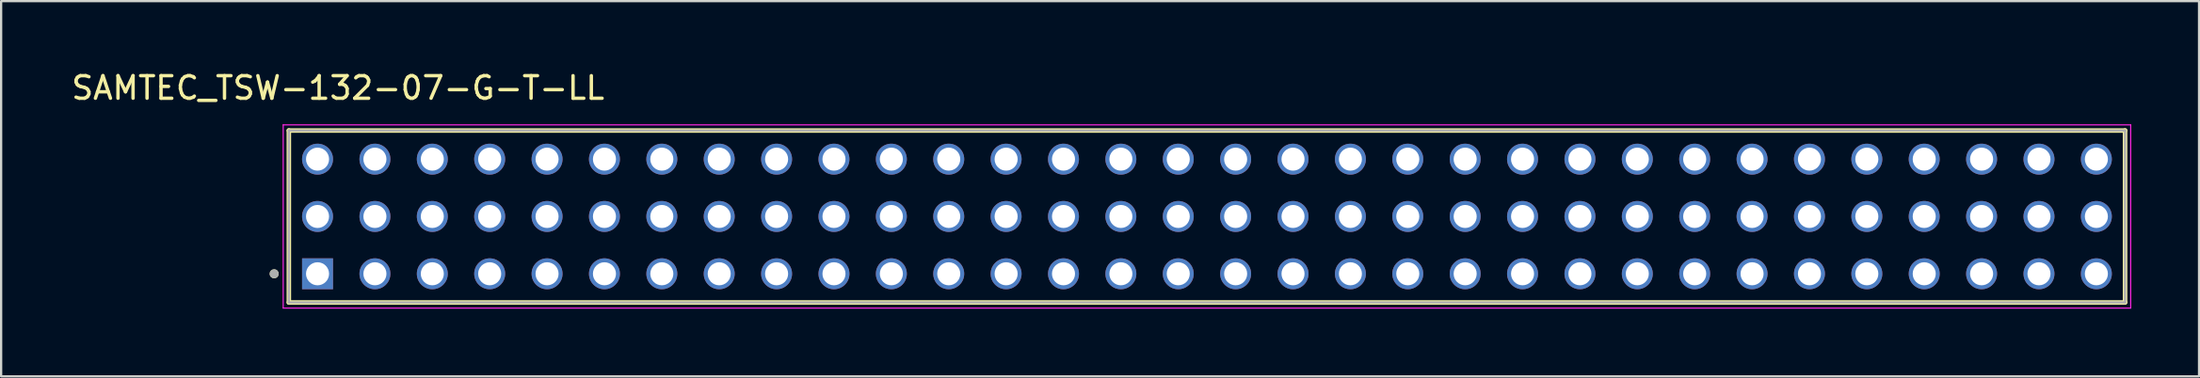
<source format=kicad_pcb>
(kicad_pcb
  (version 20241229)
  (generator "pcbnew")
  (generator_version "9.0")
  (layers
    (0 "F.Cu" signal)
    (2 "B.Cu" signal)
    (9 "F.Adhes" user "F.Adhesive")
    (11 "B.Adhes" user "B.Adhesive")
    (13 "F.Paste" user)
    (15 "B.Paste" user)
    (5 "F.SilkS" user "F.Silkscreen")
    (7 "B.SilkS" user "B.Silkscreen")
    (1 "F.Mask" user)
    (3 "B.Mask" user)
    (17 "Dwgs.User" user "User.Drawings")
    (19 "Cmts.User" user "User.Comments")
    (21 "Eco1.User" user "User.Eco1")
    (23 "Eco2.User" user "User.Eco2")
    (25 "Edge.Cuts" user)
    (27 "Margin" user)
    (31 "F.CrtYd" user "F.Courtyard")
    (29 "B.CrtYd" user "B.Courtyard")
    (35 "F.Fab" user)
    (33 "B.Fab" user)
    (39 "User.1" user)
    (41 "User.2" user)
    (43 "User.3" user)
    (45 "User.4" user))
  (footprint "SAMTEC_TSW-132-07-G-T-LL"
    (layer "F.Cu")
    (at 11.006 9.083)
    (property "Reference" "SAMTEC_TSW-132-07-G-T-LL" (at 0.905 -8.235 0) (layer "F.SilkS") (effects (font (size 1 1) (thickness 0.15))))
    (attr through_hole)
    (fp_line (start -1.27 1.27) (end -1.27 -6.35) (stroke (width 0.2) (type solid)) (layer "F.SilkS"))
    (fp_line (start 80.01 -6.35) (end -1.27 -6.35) (stroke (width 0.2) (type solid)) (layer "F.SilkS"))
    (fp_line (start 80.01 -6.35) (end 80.01 1.27) (stroke (width 0.2) (type solid)) (layer "F.SilkS"))
    (fp_line (start 80.01 1.27) (end -1.27 1.27) (stroke (width 0.2) (type solid)) (layer "F.SilkS"))
    (fp_circle (center -1.92 0) (end -1.82 0) (stroke (width 0.2) (type solid)) (fill no) (layer "F.SilkS"))
    (fp_line (start -1.52 -6.6) (end 80.26 -6.6) (stroke (width 0.05) (type solid)) (layer "F.CrtYd"))
    (fp_line (start -1.52 1.52) (end -1.52 -6.6) (stroke (width 0.05) (type solid)) (layer "F.CrtYd"))
    (fp_line (start 80.26 -6.6) (end 80.26 1.52) (stroke (width 0.05) (type solid)) (layer "F.CrtYd"))
    (fp_line (start 80.26 1.52) (end -1.52 1.52) (stroke (width 0.05) (type solid)) (layer "F.CrtYd"))
    (fp_line (start -1.27 -6.35) (end 80.01 -6.35) (stroke (width 0.1) (type solid)) (layer "F.Fab"))
    (fp_line (start -1.27 1.27) (end -1.27 -6.35) (stroke (width 0.1) (type solid)) (layer "F.Fab"))
    (fp_line (start 80.01 -6.35) (end 80.01 1.27) (stroke (width 0.1) (type solid)) (layer "F.Fab"))
    (fp_line (start 80.01 1.27) (end -1.27 1.27) (stroke (width 0.1) (type solid)) (layer "F.Fab"))
    (fp_circle (center -1.92 0) (end -1.82 0) (stroke (width 0.2) (type solid)) (fill no) (layer "F.Fab"))
    (pad "01" thru_hole rect (at 0 0) (size 1.37 1.37) (drill 1.02) (layers "*.Cu" "*.Mask"))
    (pad "02" thru_hole circle (at 0 -2.54) (size 1.37 1.37) (drill 1.02) (layers "*.Cu" "*.Mask"))
    (pad "03" thru_hole circle (at 0 -5.08) (size 1.37 1.37) (drill 1.02) (layers "*.Cu" "*.Mask"))
    (pad "04" thru_hole circle (at 2.54 0) (size 1.37 1.37) (drill 1.02) (layers "*.Cu" "*.Mask"))
    (pad "05" thru_hole circle (at 2.54 -2.54) (size 1.37 1.37) (drill 1.02) (layers "*.Cu" "*.Mask"))
    (pad "06" thru_hole circle (at 2.54 -5.08) (size 1.37 1.37) (drill 1.02) (layers "*.Cu" "*.Mask"))
    (pad "07" thru_hole circle (at 5.08 0) (size 1.37 1.37) (drill 1.02) (layers "*.Cu" "*.Mask"))
    (pad "08" thru_hole circle (at 5.08 -2.54) (size 1.37 1.37) (drill 1.02) (layers "*.Cu" "*.Mask"))
    (pad "09" thru_hole circle (at 5.08 -5.08) (size 1.37 1.37) (drill 1.02) (layers "*.Cu" "*.Mask"))
    (pad "10" thru_hole circle (at 7.62 0) (size 1.37 1.37) (drill 1.02) (layers "*.Cu" "*.Mask"))
    (pad "11" thru_hole circle (at 7.62 -2.54) (size 1.37 1.37) (drill 1.02) (layers "*.Cu" "*.Mask"))
    (pad "12" thru_hole circle (at 7.62 -5.08) (size 1.37 1.37) (drill 1.02) (layers "*.Cu" "*.Mask"))
    (pad "13" thru_hole circle (at 10.16 0) (size 1.37 1.37) (drill 1.02) (layers "*.Cu" "*.Mask"))
    (pad "14" thru_hole circle (at 10.16 -2.54) (size 1.37 1.37) (drill 1.02) (layers "*.Cu" "*.Mask"))
    (pad "15" thru_hole circle (at 10.16 -5.08) (size 1.37 1.37) (drill 1.02) (layers "*.Cu" "*.Mask"))
    (pad "16" thru_hole circle (at 12.7 0) (size 1.37 1.37) (drill 1.02) (layers "*.Cu" "*.Mask"))
    (pad "17" thru_hole circle (at 12.7 -2.54) (size 1.37 1.37) (drill 1.02) (layers "*.Cu" "*.Mask"))
    (pad "18" thru_hole circle (at 12.7 -5.08) (size 1.37 1.37) (drill 1.02) (layers "*.Cu" "*.Mask"))
    (pad "19" thru_hole circle (at 15.24 0) (size 1.37 1.37) (drill 1.02) (layers "*.Cu" "*.Mask"))
    (pad "20" thru_hole circle (at 15.24 -2.54) (size 1.37 1.37) (drill 1.02) (layers "*.Cu" "*.Mask"))
    (pad "21" thru_hole circle (at 15.24 -5.08) (size 1.37 1.37) (drill 1.02) (layers "*.Cu" "*.Mask"))
    (pad "22" thru_hole circle (at 17.78 0) (size 1.37 1.37) (drill 1.02) (layers "*.Cu" "*.Mask"))
    (pad "23" thru_hole circle (at 17.78 -2.54) (size 1.37 1.37) (drill 1.02) (layers "*.Cu" "*.Mask"))
    (pad "24" thru_hole circle (at 17.78 -5.08) (size 1.37 1.37) (drill 1.02) (layers "*.Cu" "*.Mask"))
    (pad "25" thru_hole circle (at 20.32 0) (size 1.37 1.37) (drill 1.02) (layers "*.Cu" "*.Mask"))
    (pad "26" thru_hole circle (at 20.32 -2.54) (size 1.37 1.37) (drill 1.02) (layers "*.Cu" "*.Mask"))
    (pad "27" thru_hole circle (at 20.32 -5.08) (size 1.37 1.37) (drill 1.02) (layers "*.Cu" "*.Mask"))
    (pad "28" thru_hole circle (at 22.86 0) (size 1.37 1.37) (drill 1.02) (layers "*.Cu" "*.Mask"))
    (pad "29" thru_hole circle (at 22.86 -2.54) (size 1.37 1.37) (drill 1.02) (layers "*.Cu" "*.Mask"))
    (pad "30" thru_hole circle (at 22.86 -5.08) (size 1.37 1.37) (drill 1.02) (layers "*.Cu" "*.Mask"))
    (pad "31" thru_hole circle (at 25.4 0) (size 1.37 1.37) (drill 1.02) (layers "*.Cu" "*.Mask"))
    (pad "32" thru_hole circle (at 25.4 -2.54) (size 1.37 1.37) (drill 1.02) (layers "*.Cu" "*.Mask"))
    (pad "33" thru_hole circle (at 25.4 -5.08) (size 1.37 1.37) (drill 1.02) (layers "*.Cu" "*.Mask"))
    (pad "34" thru_hole circle (at 27.94 0) (size 1.37 1.37) (drill 1.02) (layers "*.Cu" "*.Mask"))
    (pad "35" thru_hole circle (at 27.94 -2.54) (size 1.37 1.37) (drill 1.02) (layers "*.Cu" "*.Mask"))
    (pad "36" thru_hole circle (at 27.94 -5.08) (size 1.37 1.37) (drill 1.02) (layers "*.Cu" "*.Mask"))
    (pad "37" thru_hole circle (at 30.48 0) (size 1.37 1.37) (drill 1.02) (layers "*.Cu" "*.Mask"))
    (pad "38" thru_hole circle (at 30.48 -2.54) (size 1.37 1.37) (drill 1.02) (layers "*.Cu" "*.Mask"))
    (pad "39" thru_hole circle (at 30.48 -5.08) (size 1.37 1.37) (drill 1.02) (layers "*.Cu" "*.Mask"))
    (pad "40" thru_hole circle (at 33.02 0) (size 1.37 1.37) (drill 1.02) (layers "*.Cu" "*.Mask"))
    (pad "41" thru_hole circle (at 33.02 -2.54) (size 1.37 1.37) (drill 1.02) (layers "*.Cu" "*.Mask"))
    (pad "42" thru_hole circle (at 33.02 -5.08) (size 1.37 1.37) (drill 1.02) (layers "*.Cu" "*.Mask"))
    (pad "43" thru_hole circle (at 35.56 0) (size 1.37 1.37) (drill 1.02) (layers "*.Cu" "*.Mask"))
    (pad "44" thru_hole circle (at 35.56 -2.54) (size 1.37 1.37) (drill 1.02) (layers "*.Cu" "*.Mask"))
    (pad "45" thru_hole circle (at 35.56 -5.08) (size 1.37 1.37) (drill 1.02) (layers "*.Cu" "*.Mask"))
    (pad "46" thru_hole circle (at 38.1 0) (size 1.37 1.37) (drill 1.02) (layers "*.Cu" "*.Mask"))
    (pad "47" thru_hole circle (at 38.1 -2.54) (size 1.37 1.37) (drill 1.02) (layers "*.Cu" "*.Mask"))
    (pad "48" thru_hole circle (at 38.1 -5.08) (size 1.37 1.37) (drill 1.02) (layers "*.Cu" "*.Mask"))
    (pad "49" thru_hole circle (at 40.64 0) (size 1.37 1.37) (drill 1.02) (layers "*.Cu" "*.Mask"))
    (pad "50" thru_hole circle (at 40.64 -2.54) (size 1.37 1.37) (drill 1.02) (layers "*.Cu" "*.Mask"))
    (pad "51" thru_hole circle (at 40.64 -5.08) (size 1.37 1.37) (drill 1.02) (layers "*.Cu" "*.Mask"))
    (pad "52" thru_hole circle (at 43.18 0) (size 1.37 1.37) (drill 1.02) (layers "*.Cu" "*.Mask"))
    (pad "53" thru_hole circle (at 43.18 -2.54) (size 1.37 1.37) (drill 1.02) (layers "*.Cu" "*.Mask"))
    (pad "54" thru_hole circle (at 43.18 -5.08) (size 1.37 1.37) (drill 1.02) (layers "*.Cu" "*.Mask"))
    (pad "55" thru_hole circle (at 45.72 0) (size 1.37 1.37) (drill 1.02) (layers "*.Cu" "*.Mask"))
    (pad "56" thru_hole circle (at 45.72 -2.54) (size 1.37 1.37) (drill 1.02) (layers "*.Cu" "*.Mask"))
    (pad "57" thru_hole circle (at 45.72 -5.08) (size 1.37 1.37) (drill 1.02) (layers "*.Cu" "*.Mask"))
    (pad "58" thru_hole circle (at 48.26 0) (size 1.37 1.37) (drill 1.02) (layers "*.Cu" "*.Mask"))
    (pad "59" thru_hole circle (at 48.26 -2.54) (size 1.37 1.37) (drill 1.02) (layers "*.Cu" "*.Mask"))
    (pad "60" thru_hole circle (at 48.26 -5.08) (size 1.37 1.37) (drill 1.02) (layers "*.Cu" "*.Mask"))
    (pad "61" thru_hole circle (at 50.8 0) (size 1.37 1.37) (drill 1.02) (layers "*.Cu" "*.Mask"))
    (pad "62" thru_hole circle (at 50.8 -2.54) (size 1.37 1.37) (drill 1.02) (layers "*.Cu" "*.Mask"))
    (pad "63" thru_hole circle (at 50.8 -5.08) (size 1.37 1.37) (drill 1.02) (layers "*.Cu" "*.Mask"))
    (pad "64" thru_hole circle (at 53.34 0) (size 1.37 1.37) (drill 1.02) (layers "*.Cu" "*.Mask"))
    (pad "65" thru_hole circle (at 53.34 -2.54) (size 1.37 1.37) (drill 1.02) (layers "*.Cu" "*.Mask"))
    (pad "66" thru_hole circle (at 53.34 -5.08) (size 1.37 1.37) (drill 1.02) (layers "*.Cu" "*.Mask"))
    (pad "67" thru_hole circle (at 55.88 0) (size 1.37 1.37) (drill 1.02) (layers "*.Cu" "*.Mask"))
    (pad "68" thru_hole circle (at 55.88 -2.54) (size 1.37 1.37) (drill 1.02) (layers "*.Cu" "*.Mask"))
    (pad "69" thru_hole circle (at 55.88 -5.08) (size 1.37 1.37) (drill 1.02) (layers "*.Cu" "*.Mask"))
    (pad "70" thru_hole circle (at 58.42 0) (size 1.37 1.37) (drill 1.02) (layers "*.Cu" "*.Mask"))
    (pad "71" thru_hole circle (at 58.42 -2.54) (size 1.37 1.37) (drill 1.02) (layers "*.Cu" "*.Mask"))
    (pad "72" thru_hole circle (at 58.42 -5.08) (size 1.37 1.37) (drill 1.02) (layers "*.Cu" "*.Mask"))
    (pad "73" thru_hole circle (at 60.96 0) (size 1.37 1.37) (drill 1.02) (layers "*.Cu" "*.Mask"))
    (pad "74" thru_hole circle (at 60.96 -2.54) (size 1.37 1.37) (drill 1.02) (layers "*.Cu" "*.Mask"))
    (pad "75" thru_hole circle (at 60.96 -5.08) (size 1.37 1.37) (drill 1.02) (layers "*.Cu" "*.Mask"))
    (pad "76" thru_hole circle (at 63.5 0) (size 1.37 1.37) (drill 1.02) (layers "*.Cu" "*.Mask"))
    (pad "77" thru_hole circle (at 63.5 -2.54) (size 1.37 1.37) (drill 1.02) (layers "*.Cu" "*.Mask"))
    (pad "78" thru_hole circle (at 63.5 -5.08) (size 1.37 1.37) (drill 1.02) (layers "*.Cu" "*.Mask"))
    (pad "79" thru_hole circle (at 66.04 0) (size 1.37 1.37) (drill 1.02) (layers "*.Cu" "*.Mask"))
    (pad "80" thru_hole circle (at 66.04 -2.54) (size 1.37 1.37) (drill 1.02) (layers "*.Cu" "*.Mask"))
    (pad "81" thru_hole circle (at 66.04 -5.08) (size 1.37 1.37) (drill 1.02) (layers "*.Cu" "*.Mask"))
    (pad "82" thru_hole circle (at 68.58 0) (size 1.37 1.37) (drill 1.02) (layers "*.Cu" "*.Mask"))
    (pad "83" thru_hole circle (at 68.58 -2.54) (size 1.37 1.37) (drill 1.02) (layers "*.Cu" "*.Mask"))
    (pad "84" thru_hole circle (at 68.58 -5.08) (size 1.37 1.37) (drill 1.02) (layers "*.Cu" "*.Mask"))
    (pad "85" thru_hole circle (at 71.12 0) (size 1.37 1.37) (drill 1.02) (layers "*.Cu" "*.Mask"))
    (pad "86" thru_hole circle (at 71.12 -2.54) (size 1.37 1.37) (drill 1.02) (layers "*.Cu" "*.Mask"))
    (pad "87" thru_hole circle (at 71.12 -5.08) (size 1.37 1.37) (drill 1.02) (layers "*.Cu" "*.Mask"))
    (pad "88" thru_hole circle (at 73.66 0) (size 1.37 1.37) (drill 1.02) (layers "*.Cu" "*.Mask"))
    (pad "89" thru_hole circle (at 73.66 -2.54) (size 1.37 1.37) (drill 1.02) (layers "*.Cu" "*.Mask"))
    (pad "90" thru_hole circle (at 73.66 -5.08) (size 1.37 1.37) (drill 1.02) (layers "*.Cu" "*.Mask"))
    (pad "91" thru_hole circle (at 76.2 0) (size 1.37 1.37) (drill 1.02) (layers "*.Cu" "*.Mask"))
    (pad "92" thru_hole circle (at 76.2 -2.54) (size 1.37 1.37) (drill 1.02) (layers "*.Cu" "*.Mask"))
    (pad "93" thru_hole circle (at 76.2 -5.08) (size 1.37 1.37) (drill 1.02) (layers "*.Cu" "*.Mask"))
    (pad "94" thru_hole circle (at 78.74 0) (size 1.37 1.37) (drill 1.02) (layers "*.Cu" "*.Mask"))
    (pad "95" thru_hole circle (at 78.74 -2.54) (size 1.37 1.37) (drill 1.02) (layers "*.Cu" "*.Mask"))
    (pad "96" thru_hole circle (at 78.74 -5.08) (size 1.37 1.37) (drill 1.02) (layers "*.Cu" "*.Mask")))
  (gr_rect
    (start -3 -3)
    (end 94.291 13.628)
    (stroke (width 0.1) (type default))
    (fill no)
    (layer "Edge.Cuts")))
</source>
